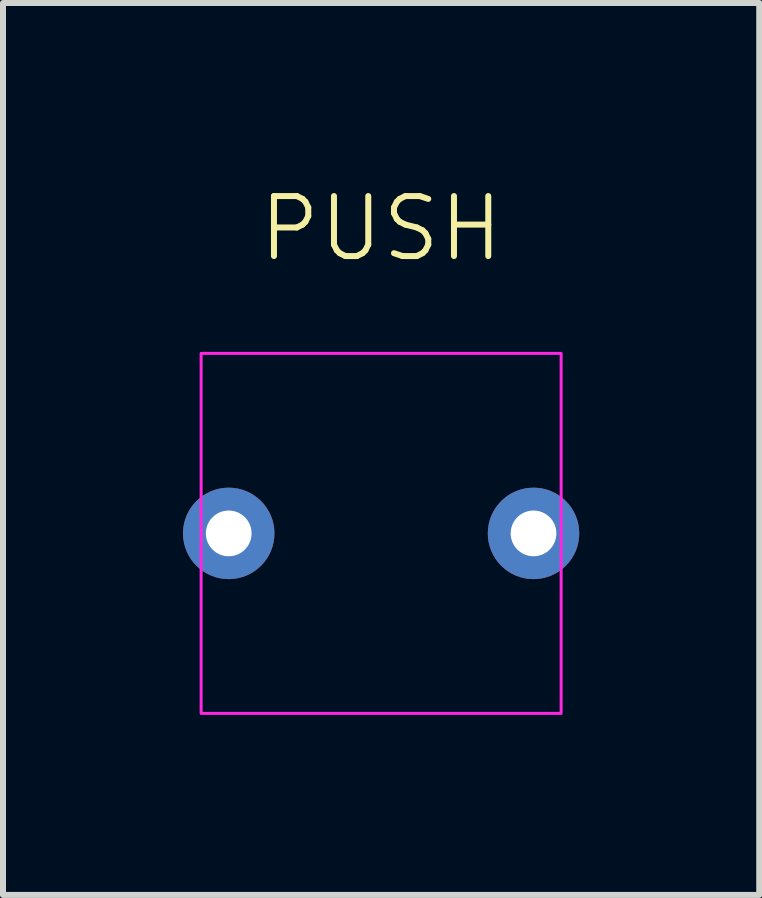
<source format=kicad_pcb>
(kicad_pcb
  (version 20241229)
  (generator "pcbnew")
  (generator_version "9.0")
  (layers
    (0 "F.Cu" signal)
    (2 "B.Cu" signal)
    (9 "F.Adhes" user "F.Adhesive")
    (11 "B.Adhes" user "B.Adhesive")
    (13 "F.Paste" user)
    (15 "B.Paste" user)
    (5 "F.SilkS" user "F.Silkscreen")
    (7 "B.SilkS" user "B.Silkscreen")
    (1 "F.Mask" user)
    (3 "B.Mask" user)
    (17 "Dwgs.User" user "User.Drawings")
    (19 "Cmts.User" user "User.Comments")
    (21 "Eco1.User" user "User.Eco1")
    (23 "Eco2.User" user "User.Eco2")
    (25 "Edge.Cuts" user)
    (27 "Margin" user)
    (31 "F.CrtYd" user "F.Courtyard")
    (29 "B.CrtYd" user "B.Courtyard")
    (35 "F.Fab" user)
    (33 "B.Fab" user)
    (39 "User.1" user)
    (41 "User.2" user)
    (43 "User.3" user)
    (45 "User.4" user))
  (footprint "PUSH"
    (layer "F.Cu")
    (at 3.302 5.84)
    (property "Reference" "PUSH" (at 0 -5.08 0) (unlocked yes) (layer "F.SilkS") (effects (font (size 1 1) (thickness 0.1))))
    (attr through_hole)
    (fp_rect (start -3 -3) (end 3 3) (stroke (width 0.05) (type default)) (fill no) (layer "F.CrtYd"))
    (pad "1" thru_hole circle (at -2.54 0) (size 1.524 1.524) (drill 0.762) (layers "*.Cu" "*.Mask"))
    (pad "2" thru_hole circle (at 2.54 0) (size 1.524 1.524) (drill 0.762) (layers "*.Cu" "*.Mask")))
  (gr_rect
    (start -3 -3)
    (end 9.604 11.866)
    (stroke (width 0.1) (type default))
    (fill no)
    (layer "Edge.Cuts")))
</source>
